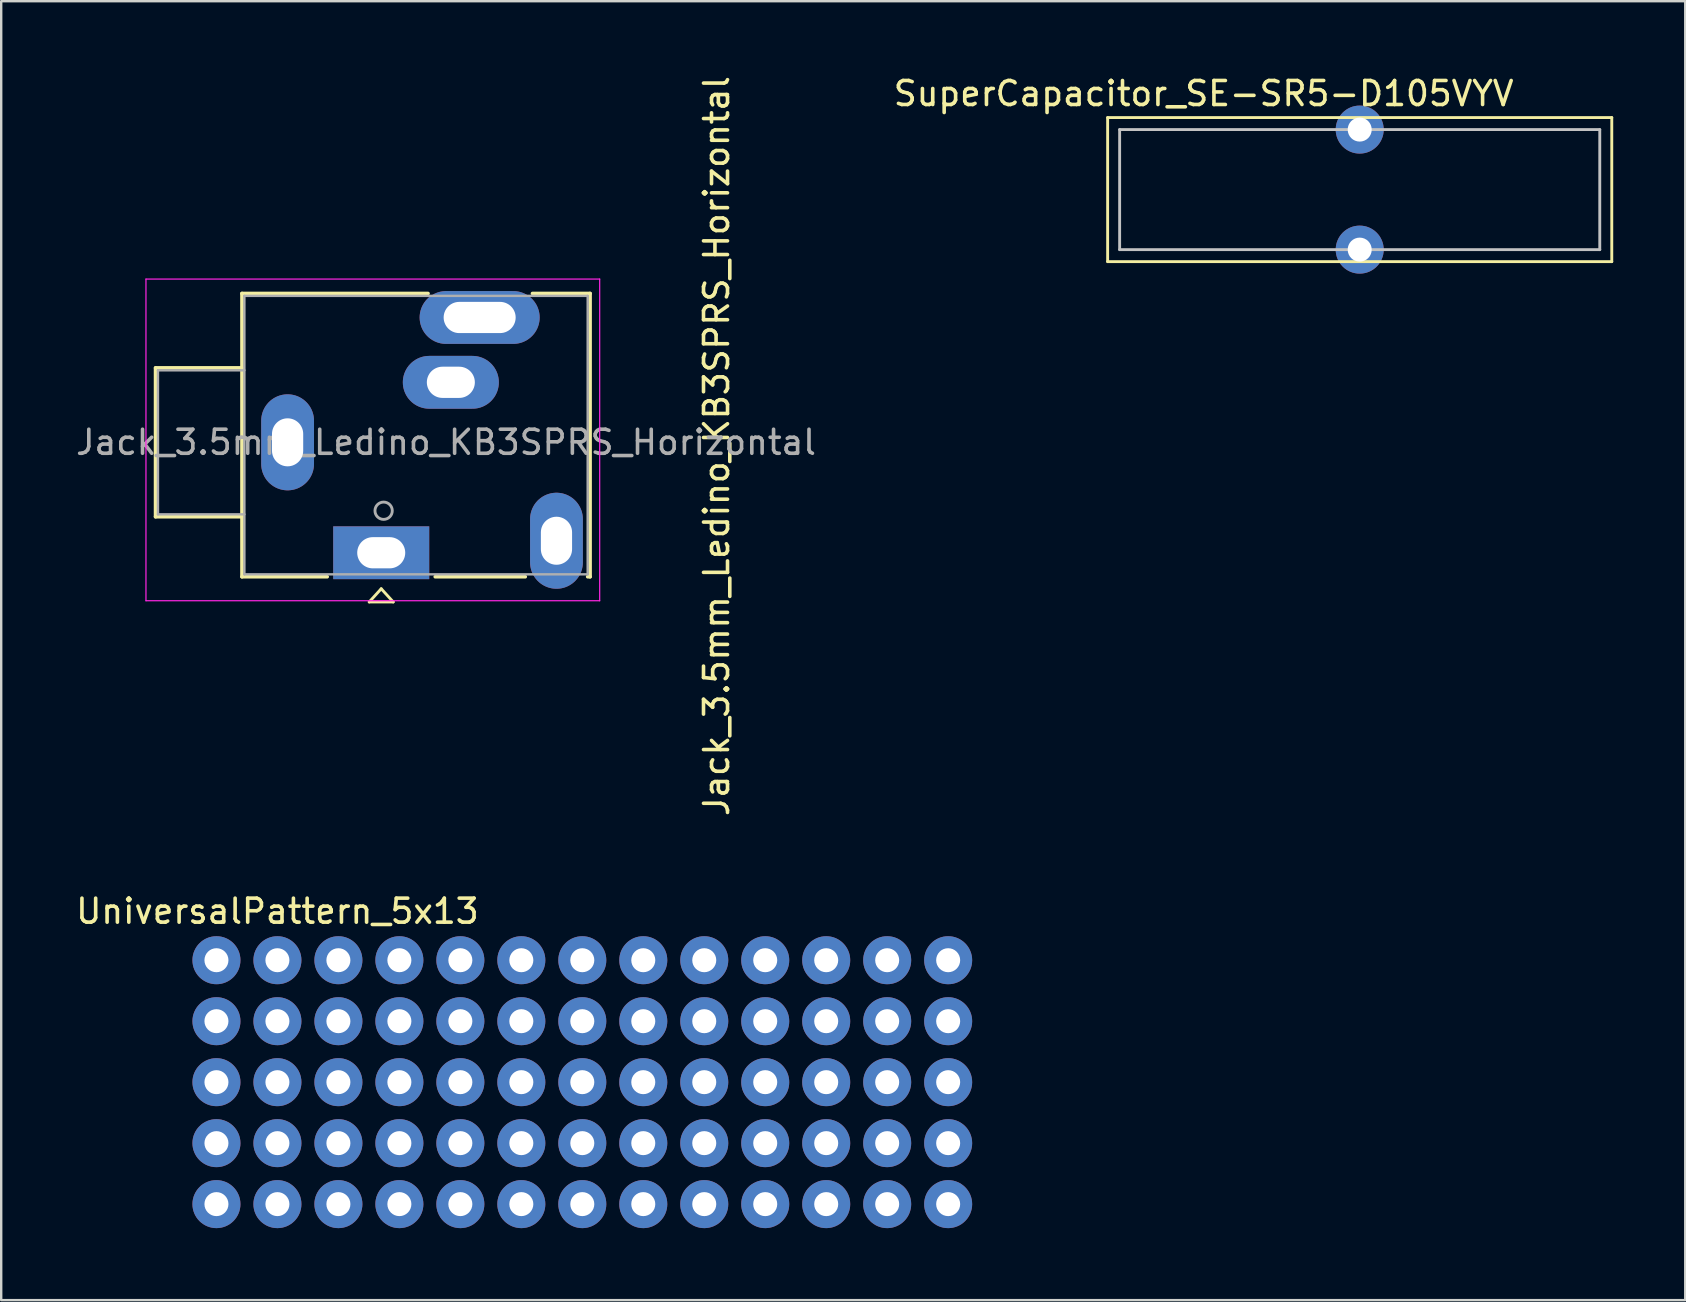
<source format=kicad_pcb>
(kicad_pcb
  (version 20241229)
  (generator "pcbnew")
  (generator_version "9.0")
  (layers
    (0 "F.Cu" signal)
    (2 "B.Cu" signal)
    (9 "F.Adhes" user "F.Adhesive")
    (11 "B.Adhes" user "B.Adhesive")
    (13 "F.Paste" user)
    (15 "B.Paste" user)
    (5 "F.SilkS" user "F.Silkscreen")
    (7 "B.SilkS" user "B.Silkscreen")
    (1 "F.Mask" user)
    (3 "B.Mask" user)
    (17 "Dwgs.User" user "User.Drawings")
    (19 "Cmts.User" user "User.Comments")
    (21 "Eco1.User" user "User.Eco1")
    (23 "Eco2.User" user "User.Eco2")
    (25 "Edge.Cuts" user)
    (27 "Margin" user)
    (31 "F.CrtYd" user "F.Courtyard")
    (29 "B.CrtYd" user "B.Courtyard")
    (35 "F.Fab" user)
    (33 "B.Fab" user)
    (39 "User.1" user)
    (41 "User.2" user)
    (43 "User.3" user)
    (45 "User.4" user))
  (footprint "Jack_3.5mm_Ledino_KB3SPRS_Horizontal"
    (layer "F.Cu")
    (at 12.83 19.975)
    (property "Reference" "Jack_3.5mm_Ledino_KB3SPRS_Horizontal" (at 13.97 -4.445 270) (layer "F.SilkS") (effects (font (size 1 1) (thickness 0.15))))
    (attr through_hole)
    (fp_line (start -9.4 -7.7) (end -9.4 -1.5) (stroke (width 0.15) (type solid)) (layer "F.SilkS"))
    (fp_line (start -9.4 -1.5) (end -5.8 -1.5) (stroke (width 0.15) (type solid)) (layer "F.SilkS"))
    (fp_line (start -5.8 -10.8) (end 1.95 -10.8) (stroke (width 0.15) (type solid)) (layer "F.SilkS"))
    (fp_line (start -5.8 -7.7) (end -9.4 -7.7) (stroke (width 0.15) (type solid)) (layer "F.SilkS"))
    (fp_line (start -5.8 1) (end -5.8 -10.8) (stroke (width 0.15) (type solid)) (layer "F.SilkS"))
    (fp_line (start -2.25 1) (end -5.8 1) (stroke (width 0.15) (type solid)) (layer "F.SilkS"))
    (fp_line (start -0.5 2.05) (end 0.5 2.05) (stroke (width 0.12) (type solid)) (layer "F.SilkS"))
    (fp_line (start 0 1.5) (end -0.5 2.05) (stroke (width 0.12) (type solid)) (layer "F.SilkS"))
    (fp_line (start 0.5 2.05) (end 0 1.5) (stroke (width 0.12) (type solid)) (layer "F.SilkS"))
    (fp_line (start 6 1) (end 2.25 1) (stroke (width 0.15) (type solid)) (layer "F.SilkS"))
    (fp_line (start 6.3 -10.8) (end 8.7 -10.8) (stroke (width 0.15) (type solid)) (layer "F.SilkS"))
    (fp_line (start 8.7 -10.8) (end 8.7 1) (stroke (width 0.15) (type solid)) (layer "F.SilkS"))
    (fp_line (start 8.7 1) (end 8.6 1) (stroke (width 0.15) (type solid)) (layer "F.SilkS"))
    (fp_line (start -9.8 -11.4) (end -9.8 2) (stroke (width 0.05) (type solid)) (layer "F.CrtYd"))
    (fp_line (start -9.8 2) (end 9.1 2) (stroke (width 0.05) (type solid)) (layer "F.CrtYd"))
    (fp_line (start 9.1 -11.4) (end -9.8 -11.4) (stroke (width 0.05) (type solid)) (layer "F.CrtYd"))
    (fp_line (start 9.1 2) (end 9.1 -11.4) (stroke (width 0.05) (type solid)) (layer "F.CrtYd"))
    (fp_line (start -9.3 -7.6) (end -9.3 -1.6) (stroke (width 0.1) (type solid)) (layer "F.Fab"))
    (fp_line (start -9.3 -7.6) (end -5.7 -7.6) (stroke (width 0.1) (type solid)) (layer "F.Fab"))
    (fp_line (start -9.3 -1.6) (end -5.7 -1.6) (stroke (width 0.1) (type solid)) (layer "F.Fab"))
    (fp_line (start -5.7 -10.7) (end -5.7 0.9) (stroke (width 0.1) (type solid)) (layer "F.Fab"))
    (fp_line (start -5.7 0.9) (end 8.6 0.9) (stroke (width 0.1) (type solid)) (layer "F.Fab"))
    (fp_line (start 8.6 -10.7) (end -5.7 -10.7) (stroke (width 0.1) (type solid)) (layer "F.Fab"))
    (fp_line (start 8.6 0.9) (end 8.6 -10.7) (stroke (width 0.1) (type solid)) (layer "F.Fab"))
    (fp_circle (center 0.1 -1.75) (end 0.4 -1.55) (stroke (width 0.12) (type solid)) (fill no) (layer "F.Fab"))
    (fp_text user "${REFERENCE}" (at 2.7 -4.6 180) (layer "F.Fab") (effects (font (size 1 1) (thickness 0.15))))
    (pad "R" thru_hole oval (at 4.1 -9.8) (size 5 2.2) (drill oval 3 1.3) (layers "*.Cu" "*.Mask"))
    (pad "RN" thru_hole oval (at 2.9 -7.1) (size 4 2.2) (drill oval 2 1.3) (layers "*.Cu" "*.Mask"))
    (pad "S" thru_hole oval (at -3.9 -4.6) (size 2.2 4) (drill oval 1.3 2) (layers "*.Cu" "*.Mask"))
    (pad "T" thru_hole rect (at 0 0) (size 4 2.2) (drill oval 2 1.3) (layers "*.Cu" "*.Mask"))
    (pad "TN" thru_hole oval (at 7.3 -0.5 90) (size 4 2.2) (drill oval 2 1.3) (layers "*.Cu" "*.Mask")))
  (footprint "SuperCapacitor_SE-SR5-D105VYV"
    (layer "F.Cu")
    (at 54.089 4.848)
    (property "Reference" "SuperCapacitor_SE-SR5-D105VYV" (at -7 -4 180) (layer "F.SilkS") (effects (font (size 1 1) (thickness 0.15))))
    (attr through_hole)
    (fp_line (start -11 -3) (end -11 3) (stroke (width 0.12) (type solid)) (layer "F.SilkS"))
    (fp_line (start -11 3) (end 10 3) (stroke (width 0.12) (type solid)) (layer "F.SilkS"))
    (fp_line (start 10 -3) (end -11 -3) (stroke (width 0.12) (type solid)) (layer "F.SilkS"))
    (fp_line (start 10 3) (end 10 -3) (stroke (width 0.12) (type solid)) (layer "F.SilkS"))
    (fp_line (start -10.5 -2.5) (end -10.5 2.5) (stroke (width 0.12) (type solid)) (layer "Dwgs.User"))
    (fp_line (start -10.5 2.5) (end 9.5 2.5) (stroke (width 0.12) (type solid)) (layer "Dwgs.User"))
    (fp_line (start 9.5 -2.5) (end -10.5 -2.5) (stroke (width 0.12) (type solid)) (layer "Dwgs.User"))
    (fp_line (start 9.5 2.5) (end 9.5 -2.5) (stroke (width 0.12) (type solid)) (layer "Dwgs.User"))
    (pad "1" thru_hole circle (at -0.5 -2.5 90) (size 2 2) (drill 1) (layers "*.Cu" "*.Mask"))
    (pad "2" thru_hole circle (at -0.5 2.5 90) (size 2 2) (drill 1) (layers "*.Cu" "*.Mask")))
  (footprint "UniversalPattern_5x13"
    (layer "F.Cu")
    (at 8.506 34.408)
    (property "Reference" "UniversalPattern_5x13" (at 0 0.5 0) (layer "F.SilkS") (effects (font (size 1 1) (thickness 0.15))))
    (attr through_hole)
    (pad "1" thru_hole circle (at -2.54 2.54) (size 2 2) (drill 1) (layers "*.Cu" "*.Mask"))
    (pad "2" thru_hole circle (at 0 2.54) (size 2 2) (drill 1) (layers "*.Cu" "*.Mask"))
    (pad "3" thru_hole circle (at 2.54 2.54) (size 2 2) (drill 1) (layers "*.Cu" "*.Mask"))
    (pad "4" thru_hole circle (at 5.08 2.54) (size 2 2) (drill 1) (layers "*.Cu" "*.Mask"))
    (pad "5" thru_hole circle (at 7.62 2.54) (size 2 2) (drill 1) (layers "*.Cu" "*.Mask"))
    (pad "6" thru_hole circle (at 10.16 2.54) (size 2 2) (drill 1) (layers "*.Cu" "*.Mask"))
    (pad "7" thru_hole circle (at 12.7 2.54) (size 2 2) (drill 1) (layers "*.Cu" "*.Mask"))
    (pad "8" thru_hole circle (at 15.24 2.54) (size 2 2) (drill 1) (layers "*.Cu" "*.Mask"))
    (pad "9" thru_hole circle (at 17.78 2.54) (size 2 2) (drill 1) (layers "*.Cu" "*.Mask"))
    (pad "10" thru_hole circle (at 20.32 2.54) (size 2 2) (drill 1) (layers "*.Cu" "*.Mask"))
    (pad "11" thru_hole circle (at 22.86 2.54) (size 2 2) (drill 1) (layers "*.Cu" "*.Mask"))
    (pad "12" thru_hole circle (at 25.4 2.54) (size 2 2) (drill 1) (layers "*.Cu" "*.Mask"))
    (pad "13" thru_hole circle (at 27.94 2.54) (size 2 2) (drill 1) (layers "*.Cu" "*.Mask"))
    (pad "14" thru_hole circle (at -2.54 5.08) (size 2 2) (drill 1) (layers "*.Cu" "*.Mask"))
    (pad "15" thru_hole circle (at 0 5.08) (size 2 2) (drill 1) (layers "*.Cu" "*.Mask"))
    (pad "16" thru_hole circle (at 2.54 5.08) (size 2 2) (drill 1) (layers "*.Cu" "*.Mask"))
    (pad "17" thru_hole circle (at 5.08 5.08) (size 2 2) (drill 1) (layers "*.Cu" "*.Mask"))
    (pad "18" thru_hole circle (at 7.62 5.08) (size 2 2) (drill 1) (layers "*.Cu" "*.Mask"))
    (pad "19" thru_hole circle (at 10.16 5.08) (size 2 2) (drill 1) (layers "*.Cu" "*.Mask"))
    (pad "20" thru_hole circle (at 12.7 5.08) (size 2 2) (drill 1) (layers "*.Cu" "*.Mask"))
    (pad "21" thru_hole circle (at 15.24 5.08) (size 2 2) (drill 1) (layers "*.Cu" "*.Mask"))
    (pad "22" thru_hole circle (at 17.78 5.08) (size 2 2) (drill 1) (layers "*.Cu" "*.Mask"))
    (pad "23" thru_hole circle (at 20.32 5.08) (size 2 2) (drill 1) (layers "*.Cu" "*.Mask"))
    (pad "24" thru_hole circle (at 22.86 5.08) (size 2 2) (drill 1) (layers "*.Cu" "*.Mask"))
    (pad "25" thru_hole circle (at 25.4 5.08) (size 2 2) (drill 1) (layers "*.Cu" "*.Mask"))
    (pad "26" thru_hole circle (at 27.94 5.08) (size 2 2) (drill 1) (layers "*.Cu" "*.Mask"))
    (pad "27" thru_hole circle (at -2.54 7.62) (size 2 2) (drill 1) (layers "*.Cu" "*.Mask"))
    (pad "28" thru_hole circle (at 0 7.62) (size 2 2) (drill 1) (layers "*.Cu" "*.Mask"))
    (pad "29" thru_hole circle (at 2.54 7.62) (size 2 2) (drill 1) (layers "*.Cu" "*.Mask"))
    (pad "30" thru_hole circle (at 5.08 7.62) (size 2 2) (drill 1) (layers "*.Cu" "*.Mask"))
    (pad "31" thru_hole circle (at 7.62 7.62) (size 2 2) (drill 1) (layers "*.Cu" "*.Mask"))
    (pad "32" thru_hole circle (at 10.16 7.62) (size 2 2) (drill 1) (layers "*.Cu" "*.Mask"))
    (pad "33" thru_hole circle (at 12.7 7.62) (size 2 2) (drill 1) (layers "*.Cu" "*.Mask"))
    (pad "34" thru_hole circle (at 15.24 7.62) (size 2 2) (drill 1) (layers "*.Cu" "*.Mask"))
    (pad "35" thru_hole circle (at 17.78 7.62) (size 2 2) (drill 1) (layers "*.Cu" "*.Mask"))
    (pad "36" thru_hole circle (at 20.32 7.62) (size 2 2) (drill 1) (layers "*.Cu" "*.Mask"))
    (pad "37" thru_hole circle (at 22.86 7.62) (size 2 2) (drill 1) (layers "*.Cu" "*.Mask"))
    (pad "38" thru_hole circle (at 25.4 7.62) (size 2 2) (drill 1) (layers "*.Cu" "*.Mask"))
    (pad "39" thru_hole circle (at 27.94 7.62) (size 2 2) (drill 1) (layers "*.Cu" "*.Mask"))
    (pad "40" thru_hole circle (at -2.54 10.16) (size 2 2) (drill 1) (layers "*.Cu" "*.Mask"))
    (pad "41" thru_hole circle (at 0 10.16) (size 2 2) (drill 1) (layers "*.Cu" "*.Mask"))
    (pad "42" thru_hole circle (at 2.54 10.16) (size 2 2) (drill 1) (layers "*.Cu" "*.Mask"))
    (pad "43" thru_hole circle (at 5.08 10.16) (size 2 2) (drill 1) (layers "*.Cu" "*.Mask"))
    (pad "44" thru_hole circle (at 7.62 10.16) (size 2 2) (drill 1) (layers "*.Cu" "*.Mask"))
    (pad "45" thru_hole circle (at 10.16 10.16) (size 2 2) (drill 1) (layers "*.Cu" "*.Mask"))
    (pad "46" thru_hole circle (at 12.7 10.16) (size 2 2) (drill 1) (layers "*.Cu" "*.Mask"))
    (pad "47" thru_hole circle (at 15.24 10.16) (size 2 2) (drill 1) (layers "*.Cu" "*.Mask"))
    (pad "48" thru_hole circle (at 17.78 10.16) (size 2 2) (drill 1) (layers "*.Cu" "*.Mask"))
    (pad "49" thru_hole circle (at 20.32 10.16) (size 2 2) (drill 1) (layers "*.Cu" "*.Mask"))
    (pad "50" thru_hole circle (at 22.86 10.16) (size 2 2) (drill 1) (layers "*.Cu" "*.Mask"))
    (pad "51" thru_hole circle (at 25.4 10.16) (size 2 2) (drill 1) (layers "*.Cu" "*.Mask"))
    (pad "52" thru_hole circle (at 27.94 10.16) (size 2 2) (drill 1) (layers "*.Cu" "*.Mask"))
    (pad "53" thru_hole circle (at -2.54 12.7) (size 2 2) (drill 1) (layers "*.Cu" "*.Mask"))
    (pad "54" thru_hole circle (at 0 12.7) (size 2 2) (drill 1) (layers "*.Cu" "*.Mask"))
    (pad "55" thru_hole circle (at 2.54 12.7) (size 2 2) (drill 1) (layers "*.Cu" "*.Mask"))
    (pad "56" thru_hole circle (at 5.08 12.7) (size 2 2) (drill 1) (layers "*.Cu" "*.Mask"))
    (pad "57" thru_hole circle (at 7.62 12.7) (size 2 2) (drill 1) (layers "*.Cu" "*.Mask"))
    (pad "58" thru_hole circle (at 10.16 12.7) (size 2 2) (drill 1) (layers "*.Cu" "*.Mask"))
    (pad "59" thru_hole circle (at 12.7 12.7) (size 2 2) (drill 1) (layers "*.Cu" "*.Mask"))
    (pad "60" thru_hole circle (at 15.24 12.7) (size 2 2) (drill 1) (layers "*.Cu" "*.Mask"))
    (pad "61" thru_hole circle (at 17.78 12.7) (size 2 2) (drill 1) (layers "*.Cu" "*.Mask"))
    (pad "62" thru_hole circle (at 20.32 12.7) (size 2 2) (drill 1) (layers "*.Cu" "*.Mask"))
    (pad "63" thru_hole circle (at 22.86 12.7) (size 2 2) (drill 1) (layers "*.Cu" "*.Mask"))
    (pad "64" thru_hole circle (at 25.4 12.7) (size 2 2) (drill 1) (layers "*.Cu" "*.Mask"))
    (pad "65" thru_hole circle (at 27.94 12.7) (size 2 2) (drill 1) (layers "*.Cu" "*.Mask")))
  (gr_rect
    (start -3 -3)
    (end 67.149 51.108)
    (stroke (width 0.1) (type default))
    (fill no)
    (layer "Edge.Cuts")))
</source>
